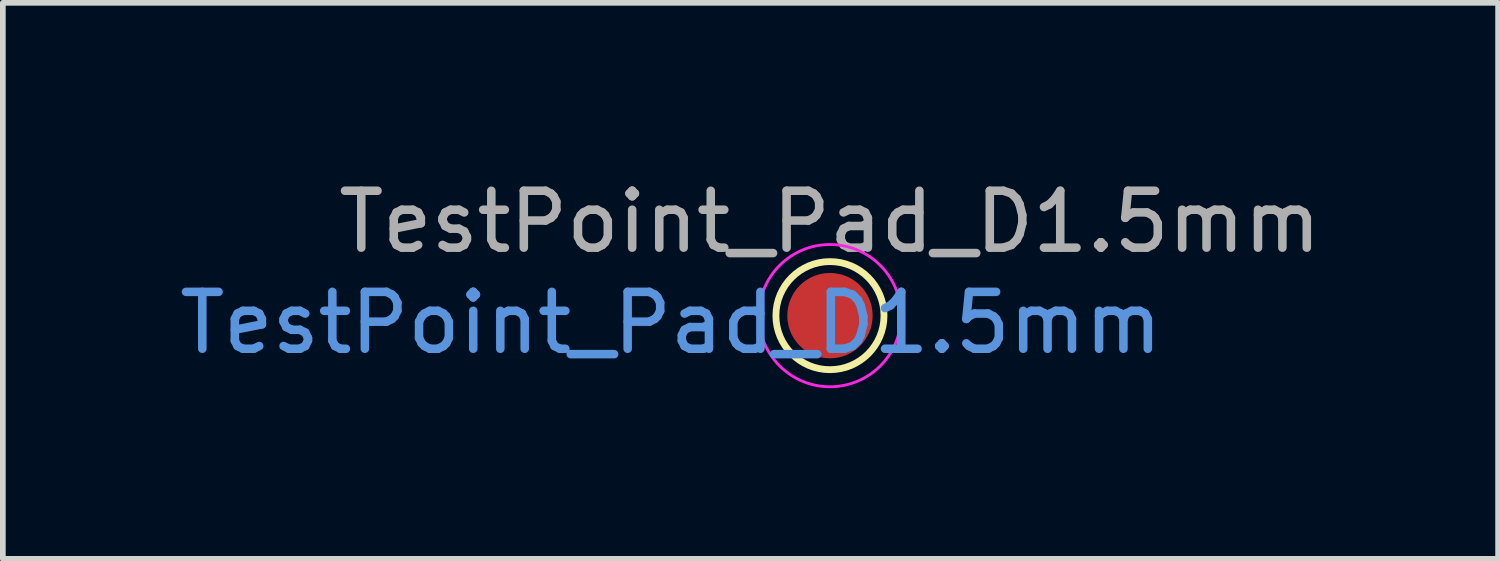
<source format=kicad_pcb>
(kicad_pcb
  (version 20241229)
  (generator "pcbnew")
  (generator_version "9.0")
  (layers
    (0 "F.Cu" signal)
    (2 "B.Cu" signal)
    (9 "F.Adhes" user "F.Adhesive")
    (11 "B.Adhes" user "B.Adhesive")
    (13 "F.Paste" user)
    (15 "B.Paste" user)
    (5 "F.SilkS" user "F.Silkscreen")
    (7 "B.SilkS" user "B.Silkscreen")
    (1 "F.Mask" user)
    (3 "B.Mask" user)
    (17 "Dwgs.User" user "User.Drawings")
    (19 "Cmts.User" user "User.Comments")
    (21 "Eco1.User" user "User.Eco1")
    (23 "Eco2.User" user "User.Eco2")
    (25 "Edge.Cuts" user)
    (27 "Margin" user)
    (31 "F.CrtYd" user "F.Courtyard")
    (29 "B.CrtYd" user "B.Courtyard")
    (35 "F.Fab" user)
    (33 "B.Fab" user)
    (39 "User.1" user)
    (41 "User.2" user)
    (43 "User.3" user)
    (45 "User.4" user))
  (footprint "TestPoint_Pad_D1.5mm"
    (layer "F.Cu")
    (at 11.538 2.498)
    (property "Reference" "TestPoint_Pad_D1.5mm" (at -2.794 0.127 0) (layer "Cmts.User") (effects (font (size 1 1) (thickness 0.15))))
    (attr exclude_from_pos_files exclude_from_bom)
    (fp_circle (center 0 0) (end 0 0.95) (stroke (width 0.12) (type solid)) (fill no) (layer "F.SilkS"))
    (fp_circle (center 0 0) (end 1.25 0) (stroke (width 0.05) (type solid)) (fill no) (layer "F.CrtYd"))
    (fp_text user "${REFERENCE}" (at 0 -1.65 0) (layer "F.Fab") (effects (font (size 1 1) (thickness 0.15))))
    (pad "1" smd circle (at 0 0) (size 1.5 1.5) (layers "F.Cu" "F.Mask")))
  (gr_rect
    (start -3 -3)
    (end 23.282 6.773)
    (stroke (width 0.1) (type default))
    (fill no)
    (layer "Edge.Cuts")))
</source>
